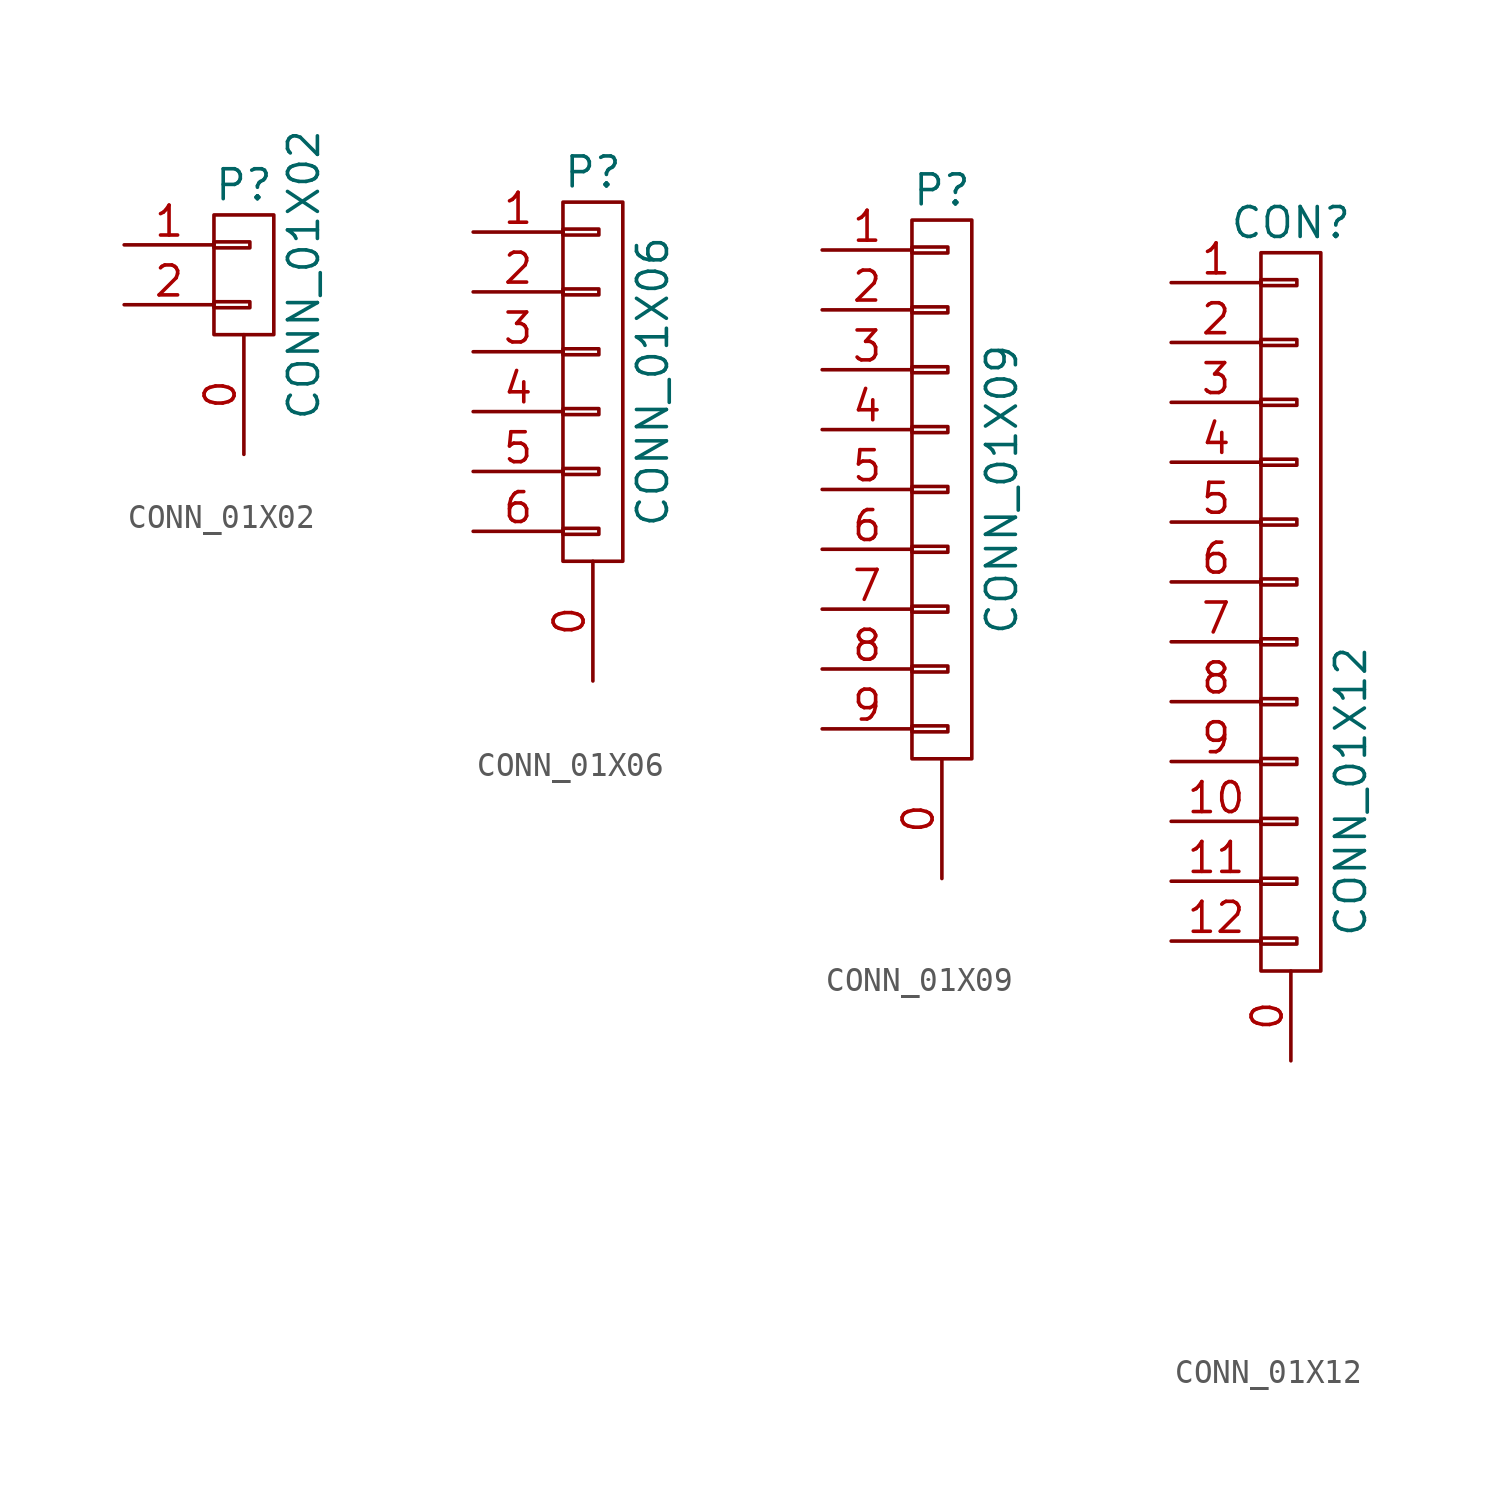
<source format=kicad_sym>
(kicad_symbol_lib
  (version 20211014)
  (generator kicad_symbol_editor)
  (symbol "CONN_01X02"
    (pin_names
      (offset 1.016) hide)
    (property "Reference" "P"
      (at 0 3.81 0)
      (effects (font (size 1.27 1.27))))
    (property "Value" "CONN_01X02"
      (at 2.54 0 90)
      (effects (font (size 1.27 1.27))))
    (property "Footprint" ""
      (at 0 0 0)
      (effects (font (size 1.27 1.27))))
    (property "Datasheet" ""
      (at 0 0 0)
      (effects (font (size 1.27 1.27))))
    (symbol "CONN_01X02_0_1"
      (rectangle (start -1.27 -1.143) (end 0.254 -1.397) (stroke (width 0) (type default) (color 0 0 0 0)) (fill (type none)))
      (rectangle (start -1.27 1.397) (end 0.254 1.143) (stroke (width 0) (type default) (color 0 0 0 0)) (fill (type none)))
      (rectangle (start -1.27 2.54) (end 1.27 -2.54) (stroke (width 0) (type default) (color 0 0 0 0)) (fill (type none))))
    (symbol "CONN_01X02_1_1"
      (pin passive line (at 0 -7.62 90) (length 5.08) (name "P0" (effects (font (size 1.27 1.27)))) (number "0" (effects (font (size 1.27 1.27)))))
      (pin passive line (at -5.08 1.27 0) (length 3.81) (name "P1" (effects (font (size 1.27 1.27)))) (number "1" (effects (font (size 1.27 1.27)))))
      (pin passive line (at -5.08 -1.27 0) (length 3.81) (name "P2" (effects (font (size 1.27 1.27)))) (number "2" (effects (font (size 1.27 1.27)))))))
  (symbol "CONN_01X06"
    (pin_names
      (offset 1.016) hide)
    (property "Reference" "P"
      (at 0 8.89 0)
      (effects (font (size 1.27 1.27))))
    (property "Value" "CONN_01X06"
      (at 2.54 0 90)
      (effects (font (size 1.27 1.27))))
    (property "Footprint" ""
      (at 0 0 0)
      (effects (font (size 1.27 1.27))))
    (property "Datasheet" ""
      (at 0 0 0)
      (effects (font (size 1.27 1.27))))
    (symbol "CONN_01X06_0_1"
      (rectangle (start -1.27 -6.223) (end 0.254 -6.477) (stroke (width 0) (type default) (color 0 0 0 0)) (fill (type none)))
      (rectangle (start -1.27 -3.683) (end 0.254 -3.937) (stroke (width 0) (type default) (color 0 0 0 0)) (fill (type none)))
      (rectangle (start -1.27 -1.143) (end 0.254 -1.397) (stroke (width 0) (type default) (color 0 0 0 0)) (fill (type none)))
      (rectangle (start -1.27 1.397) (end 0.254 1.143) (stroke (width 0) (type default) (color 0 0 0 0)) (fill (type none)))
      (rectangle (start -1.27 3.937) (end 0.254 3.683) (stroke (width 0) (type default) (color 0 0 0 0)) (fill (type none)))
      (rectangle (start -1.27 6.477) (end 0.254 6.223) (stroke (width 0) (type default) (color 0 0 0 0)) (fill (type none)))
      (rectangle (start -1.27 7.62) (end 1.27 -7.62) (stroke (width 0) (type default) (color 0 0 0 0)) (fill (type none))))
    (symbol "CONN_01X06_1_1"
      (pin passive line (at 0 -12.7 90) (length 5.08) (name "P0" (effects (font (size 1.27 1.27)))) (number "0" (effects (font (size 1.27 1.27)))))
      (pin passive line (at -5.08 6.35 0) (length 3.81) (name "P1" (effects (font (size 1.27 1.27)))) (number "1" (effects (font (size 1.27 1.27)))))
      (pin passive line (at -5.08 3.81 0) (length 3.81) (name "P2" (effects (font (size 1.27 1.27)))) (number "2" (effects (font (size 1.27 1.27)))))
      (pin passive line (at -5.08 1.27 0) (length 3.81) (name "P3" (effects (font (size 1.27 1.27)))) (number "3" (effects (font (size 1.27 1.27)))))
      (pin passive line (at -5.08 -1.27 0) (length 3.81) (name "P4" (effects (font (size 1.27 1.27)))) (number "4" (effects (font (size 1.27 1.27)))))
      (pin passive line (at -5.08 -3.81 0) (length 3.81) (name "P5" (effects (font (size 1.27 1.27)))) (number "5" (effects (font (size 1.27 1.27)))))
      (pin passive line (at -5.08 -6.35 0) (length 3.81) (name "P6" (effects (font (size 1.27 1.27)))) (number "6" (effects (font (size 1.27 1.27)))))))
  (symbol "CONN_01X09"
    (pin_names
      (offset 1.016) hide)
    (property "Reference" "P"
      (at 0 12.7 0)
      (effects (font (size 1.27 1.27))))
    (property "Value" "CONN_01X09"
      (at 2.54 0 90)
      (effects (font (size 1.27 1.27))))
    (property "Footprint" ""
      (at 0 0 0)
      (effects (font (size 1.27 1.27))))
    (property "Datasheet" ""
      (at 0 0 0)
      (effects (font (size 1.27 1.27))))
    (symbol "CONN_01X09_0_1"
      (rectangle (start -1.27 -10.033) (end 0.254 -10.287) (stroke (width 0) (type default) (color 0 0 0 0)) (fill (type none)))
      (rectangle (start -1.27 -7.493) (end 0.254 -7.747) (stroke (width 0) (type default) (color 0 0 0 0)) (fill (type none)))
      (rectangle (start -1.27 -4.953) (end 0.254 -5.207) (stroke (width 0) (type default) (color 0 0 0 0)) (fill (type none)))
      (rectangle (start -1.27 -2.413) (end 0.254 -2.667) (stroke (width 0) (type default) (color 0 0 0 0)) (fill (type none)))
      (rectangle (start -1.27 0.127) (end 0.254 -0.127) (stroke (width 0) (type default) (color 0 0 0 0)) (fill (type none)))
      (rectangle (start -1.27 2.667) (end 0.254 2.413) (stroke (width 0) (type default) (color 0 0 0 0)) (fill (type none)))
      (rectangle (start -1.27 5.207) (end 0.254 4.953) (stroke (width 0) (type default) (color 0 0 0 0)) (fill (type none)))
      (rectangle (start -1.27 7.747) (end 0.254 7.493) (stroke (width 0) (type default) (color 0 0 0 0)) (fill (type none)))
      (rectangle (start -1.27 10.287) (end 0.254 10.033) (stroke (width 0) (type default) (color 0 0 0 0)) (fill (type none)))
      (rectangle (start -1.27 11.43) (end 1.27 -11.43) (stroke (width 0) (type default) (color 0 0 0 0)) (fill (type none))))
    (symbol "CONN_01X09_1_1"
      (pin passive line (at 0 -16.51 90) (length 5.08) (name "P0" (effects (font (size 1.27 1.27)))) (number "0" (effects (font (size 1.27 1.27)))))
      (pin passive line (at -5.08 10.16 0) (length 3.81) (name "P1" (effects (font (size 1.27 1.27)))) (number "1" (effects (font (size 1.27 1.27)))))
      (pin passive line (at -5.08 7.62 0) (length 3.81) (name "P2" (effects (font (size 1.27 1.27)))) (number "2" (effects (font (size 1.27 1.27)))))
      (pin passive line (at -5.08 5.08 0) (length 3.81) (name "P3" (effects (font (size 1.27 1.27)))) (number "3" (effects (font (size 1.27 1.27)))))
      (pin passive line (at -5.08 2.54 0) (length 3.81) (name "P4" (effects (font (size 1.27 1.27)))) (number "4" (effects (font (size 1.27 1.27)))))
      (pin passive line (at -5.08 0 0) (length 3.81) (name "P5" (effects (font (size 1.27 1.27)))) (number "5" (effects (font (size 1.27 1.27)))))
      (pin passive line (at -5.08 -2.54 0) (length 3.81) (name "P6" (effects (font (size 1.27 1.27)))) (number "6" (effects (font (size 1.27 1.27)))))
      (pin passive line (at -5.08 -5.08 0) (length 3.81) (name "P7" (effects (font (size 1.27 1.27)))) (number "7" (effects (font (size 1.27 1.27)))))
      (pin passive line (at -5.08 -7.62 0) (length 3.81) (name "P8" (effects (font (size 1.27 1.27)))) (number "8" (effects (font (size 1.27 1.27)))))
      (pin passive line (at -5.08 -10.16 0) (length 3.81) (name "P9" (effects (font (size 1.27 1.27)))) (number "9" (effects (font (size 1.27 1.27)))))))
  (symbol "CONN_01X12"
    (pin_names
      (offset 1.016) hide)
    (property "Reference" "CON"
      (at 0 15.24 0)
      (effects (font (size 1.27 1.27))))
    (property "Value" "CONN_01X12"
      (at 2.54 -8.89 90)
      (effects (font (size 1.27 1.27))))
    (property "Footprint" ""
      (at 0 -27.94 0)
      (effects (font (size 1.27 1.27))))
    (property "Datasheet" ""
      (at 0 -27.94 0)
      (effects (font (size 1.27 1.27))))
    (symbol "CONN_01X12_0_1"
      (rectangle (start -1.27 -15.113) (end 0.254 -15.367) (stroke (width 0) (type default) (color 0 0 0 0)) (fill (type none)))
      (rectangle (start -1.27 -12.573) (end 0.254 -12.827) (stroke (width 0) (type default) (color 0 0 0 0)) (fill (type none)))
      (rectangle (start -1.27 -10.033) (end 0.254 -10.287) (stroke (width 0) (type default) (color 0 0 0 0)) (fill (type none)))
      (rectangle (start -1.27 -7.493) (end 0.254 -7.747) (stroke (width 0) (type default) (color 0 0 0 0)) (fill (type none)))
      (rectangle (start -1.27 -4.953) (end 0.254 -5.207) (stroke (width 0) (type default) (color 0 0 0 0)) (fill (type none)))
      (rectangle (start -1.27 -2.413) (end 0.254 -2.667) (stroke (width 0) (type default) (color 0 0 0 0)) (fill (type none)))
      (rectangle (start -1.27 0.127) (end 0.254 -0.127) (stroke (width 0) (type default) (color 0 0 0 0)) (fill (type none)))
      (rectangle (start -1.27 2.667) (end 0.254 2.413) (stroke (width 0) (type default) (color 0 0 0 0)) (fill (type none)))
      (rectangle (start -1.27 5.207) (end 0.254 4.953) (stroke (width 0) (type default) (color 0 0 0 0)) (fill (type none)))
      (rectangle (start -1.27 7.747) (end 0.254 7.493) (stroke (width 0) (type default) (color 0 0 0 0)) (fill (type none)))
      (rectangle (start -1.27 10.287) (end 0.254 10.033) (stroke (width 0) (type default) (color 0 0 0 0)) (fill (type none)))
      (rectangle (start -1.27 12.827) (end 0.254 12.573) (stroke (width 0) (type default) (color 0 0 0 0)) (fill (type none)))
      (rectangle (start -1.27 13.97) (end 1.27 -16.51) (stroke (width 0) (type default) (color 0 0 0 0)) (fill (type none))))
    (symbol "CONN_01X12_1_1"
      (pin passive line (at 0 -20.32 90) (length 3.81) (name "P0" (effects (font (size 1.27 1.27)))) (number "0" (effects (font (size 1.27 1.27)))))
      (pin passive line (at -5.08 12.7 0) (length 3.81) (name "P1" (effects (font (size 1.27 1.27)))) (number "1" (effects (font (size 1.27 1.27)))))
      (pin passive line (at -5.08 -10.16 0) (length 3.81) (name "P10" (effects (font (size 1.27 1.27)))) (number "10" (effects (font (size 1.27 1.27)))))
      (pin passive line (at -5.08 -12.7 0) (length 3.81) (name "P11" (effects (font (size 1.27 1.27)))) (number "11" (effects (font (size 1.27 1.27)))))
      (pin passive line (at -5.08 -15.24 0) (length 3.81) (name "P12" (effects (font (size 1.27 1.27)))) (number "12" (effects (font (size 1.27 1.27)))))
      (pin passive line (at -5.08 10.16 0) (length 3.81) (name "P2" (effects (font (size 1.27 1.27)))) (number "2" (effects (font (size 1.27 1.27)))))
      (pin passive line (at -5.08 7.62 0) (length 3.81) (name "P3" (effects (font (size 1.27 1.27)))) (number "3" (effects (font (size 1.27 1.27)))))
      (pin passive line (at -5.08 5.08 0) (length 3.81) (name "P4" (effects (font (size 1.27 1.27)))) (number "4" (effects (font (size 1.27 1.27)))))
      (pin passive line (at -5.08 2.54 0) (length 3.81) (name "P5" (effects (font (size 1.27 1.27)))) (number "5" (effects (font (size 1.27 1.27)))))
      (pin passive line (at -5.08 0 0) (length 3.81) (name "P6" (effects (font (size 1.27 1.27)))) (number "6" (effects (font (size 1.27 1.27)))))
      (pin passive line (at -5.08 -2.54 0) (length 3.81) (name "P7" (effects (font (size 1.27 1.27)))) (number "7" (effects (font (size 1.27 1.27)))))
      (pin passive line (at -5.08 -5.08 0) (length 3.81) (name "P8" (effects (font (size 1.27 1.27)))) (number "8" (effects (font (size 1.27 1.27)))))
      (pin passive line (at -5.08 -7.62 0) (length 3.81) (name "P9" (effects (font (size 1.27 1.27)))) (number "9" (effects (font (size 1.27 1.27))))))))
</source>
